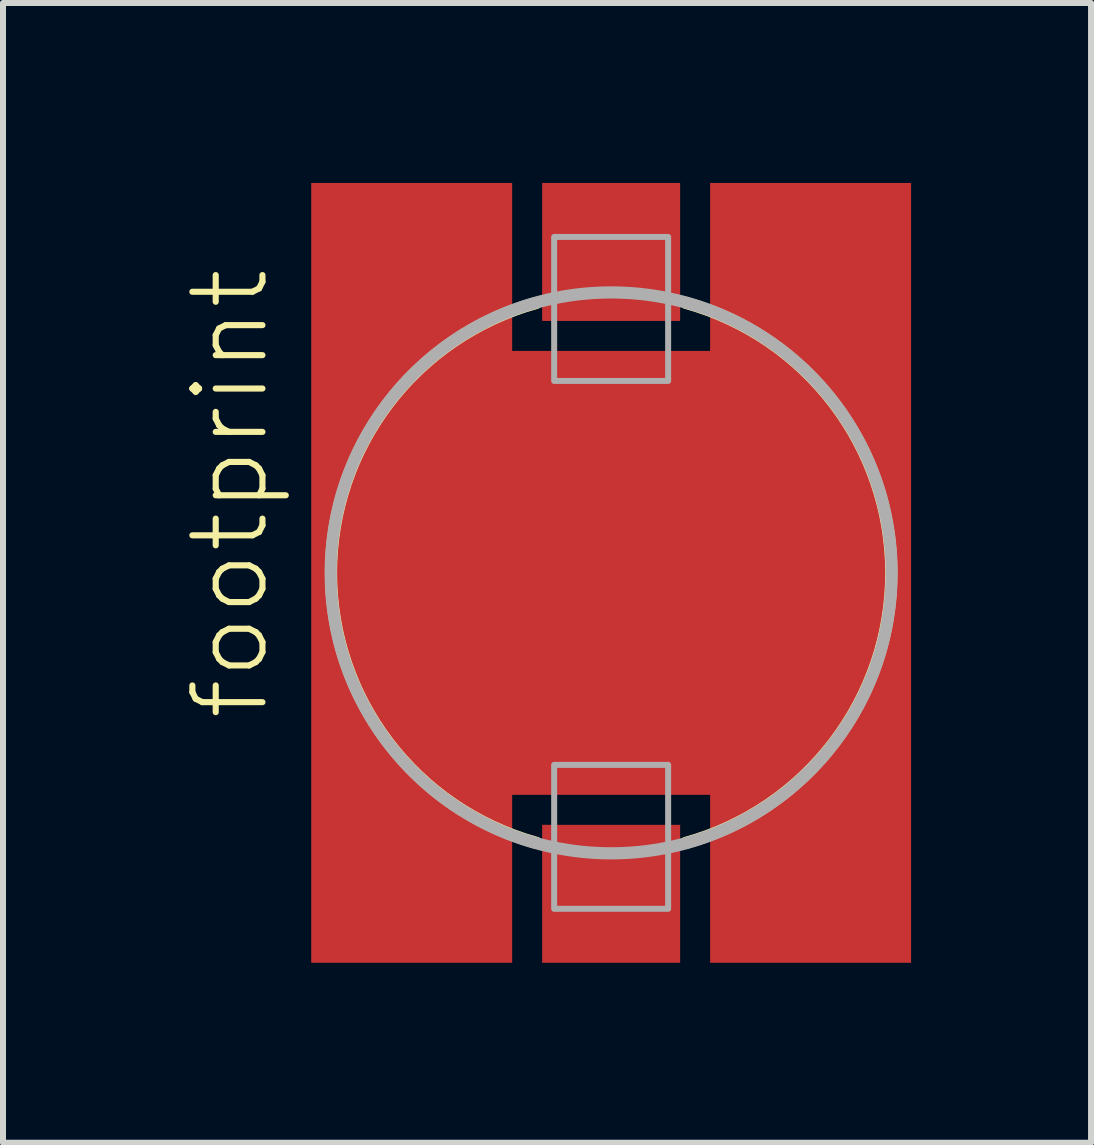
<source format=kicad_pcb>
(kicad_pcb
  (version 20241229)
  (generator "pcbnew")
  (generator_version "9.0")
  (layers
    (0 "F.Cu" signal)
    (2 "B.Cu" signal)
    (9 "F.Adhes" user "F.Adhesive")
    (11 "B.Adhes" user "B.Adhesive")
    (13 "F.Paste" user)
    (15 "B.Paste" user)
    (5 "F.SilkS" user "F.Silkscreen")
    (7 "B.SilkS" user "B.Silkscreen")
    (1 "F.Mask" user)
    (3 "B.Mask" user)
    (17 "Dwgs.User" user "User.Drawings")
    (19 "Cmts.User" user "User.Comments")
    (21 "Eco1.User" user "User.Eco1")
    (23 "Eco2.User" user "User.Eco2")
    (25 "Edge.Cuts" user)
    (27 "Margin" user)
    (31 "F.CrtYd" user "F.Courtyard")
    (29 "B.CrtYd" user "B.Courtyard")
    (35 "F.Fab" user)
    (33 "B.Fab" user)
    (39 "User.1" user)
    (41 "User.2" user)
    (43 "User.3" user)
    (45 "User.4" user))
  (footprint "footprint"
    (layer "F.Cu")
    (at 7.138 6.5)
    (property "Reference" "footprint" (at -5.665 2.5 90) (layer "F.SilkS") (effects (font (size 1.168 1.168) (thickness 0.102)) (justify left bottom)))
    (fp_circle (center 0 0) (end 1 0) (stroke (width 2) (type solid)) (fill yes) (layer "F.Mask"))
    (fp_arc (start -1.25 4.5) (mid -4.670385 0) (end -1.25 -4.5) (stroke (width 0.2032) (type solid)) (layer "F.SilkS"))
    (fp_arc (start 1.25 -4.5) (mid 4.670385 0) (end 1.25 4.5) (stroke (width 0.2032) (type solid)) (layer "F.SilkS"))
    (fp_circle (center 0 0) (end 0.901 0) (stroke (width 1.803) (type solid)) (fill yes) (layer "F.Paste"))
    (fp_circle (center 0 0) (end 4.675 0) (stroke (width 0.203) (type solid)) (fill no) (layer "F.Fab"))
    (fp_poly (pts (xy -0.95 5.6) (xy 0.95 5.6) (xy 0.95 3.2) (xy -0.95 3.2)) (stroke (width 0.1) (type solid)) (fill no) (layer "F.Fab"))
    (fp_poly (pts (xy 0.95 -5.6) (xy -0.95 -5.6) (xy -0.95 -3.2) (xy 0.95 -3.2)) (stroke (width 0.1) (type solid)) (fill no) (layer "F.Fab"))
    (pad "A" smd rect (at 0 -5.35 180) (size 2.3 2.3) (layers "F.Cu" "F.Mask" "F.Paste"))
    (pad "C" smd rect (at 0 5.35) (size 2.3 2.3) (layers "F.Cu" "F.Mask" "F.Paste"))
    (pad "HT@1" smd rect (at -3.325 0) (size 3.35 13) (layers "F.Cu"))
    (pad "HT@2" smd rect (at 3.325 0 180) (size 3.35 13) (layers "F.Cu"))
    (pad "TH" smd rect (at 0 0) (size 3.35 7.4) (layers "F.Cu")))
  (gr_rect
    (start -3 -3)
    (end 15.138 16)
    (stroke (width 0.1) (type default))
    (fill no)
    (layer "Edge.Cuts")))
</source>
